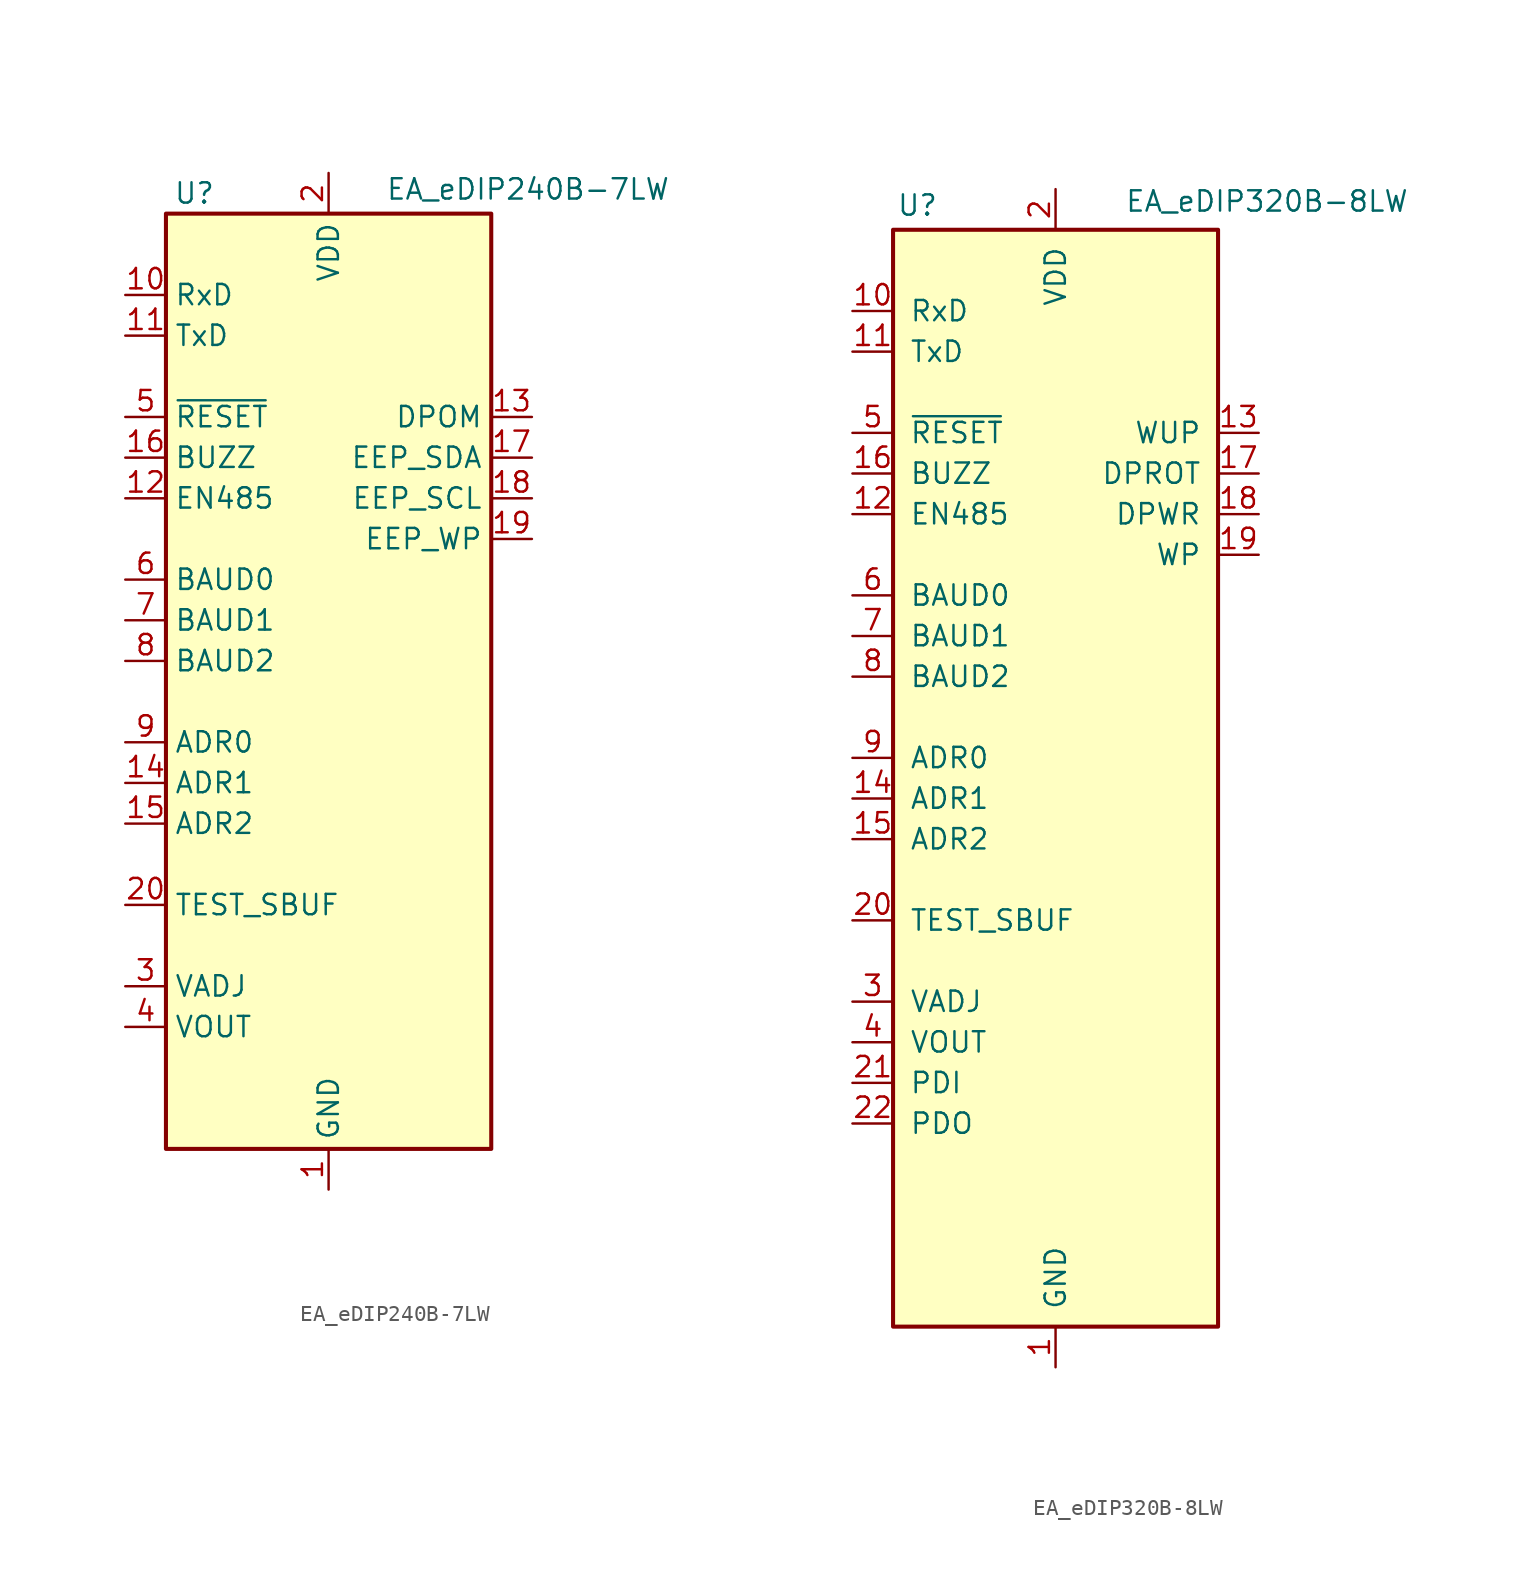
<source format=kicad_sym>
(kicad_symbol_lib
  (version 20200908)
  (generator kicad_symbol_editor)
  (symbol "Display_Graphic:EA_eDIP240B-7LW"
    (property "Reference" "U"
      (at -8.382 29.21 0)
      (effects (font (size 1.27 1.27))))
    (property "Value" "EA_eDIP240B-7LW"
      (at 3.556 29.464 0)
      (effects (font (size 1.27 1.27)) (justify left)))
    (symbol "EA_eDIP240B-7LW_0_1"
      (rectangle (start -10.16 27.94) (end 10.16 -30.48) (stroke (width 0.254)) (fill (type background))))
    (symbol "EA_eDIP240B-7LW_1_1"
      (pin power_in line (at 0 -33.02 90) (length 2.54) (name "GND" (effects (font (size 1.27 1.27)))) (number "1" (effects (font (size 1.27 1.27)))))
      (pin input line (at -12.7 22.86 0) (length 2.54) (name "RxD" (effects (font (size 1.27 1.27)))) (number "10" (effects (font (size 1.27 1.27)))))
      (pin output line (at -12.7 20.32 0) (length 2.54) (name "TxD" (effects (font (size 1.27 1.27)))) (number "11" (effects (font (size 1.27 1.27)))))
      (pin output line (at -12.7 10.16 0) (length 2.54) (name "EN485" (effects (font (size 1.27 1.27)))) (number "12" (effects (font (size 1.27 1.27)))))
      (pin input line (at 12.7 15.24 180) (length 2.54) (name "DPOM" (effects (font (size 1.27 1.27)))) (number "13" (effects (font (size 1.27 1.27)))))
      (pin input line (at -12.7 -7.62 0) (length 2.54) (name "ADR1" (effects (font (size 1.27 1.27)))) (number "14" (effects (font (size 1.27 1.27)))))
      (pin input line (at -12.7 -10.16 0) (length 2.54) (name "ADR2" (effects (font (size 1.27 1.27)))) (number "15" (effects (font (size 1.27 1.27)))))
      (pin output line (at -12.7 12.7 0) (length 2.54) (name "BUZZ" (effects (font (size 1.27 1.27)))) (number "16" (effects (font (size 1.27 1.27)))))
      (pin bidirectional line (at 12.7 12.7 180) (length 2.54) (name "EEP_SDA" (effects (font (size 1.27 1.27)))) (number "17" (effects (font (size 1.27 1.27)))))
      (pin output line (at 12.7 10.16 180) (length 2.54) (name "EEP_SCL" (effects (font (size 1.27 1.27)))) (number "18" (effects (font (size 1.27 1.27)))))
      (pin input line (at 12.7 7.62 180) (length 2.54) (name "EEP_WP" (effects (font (size 1.27 1.27)))) (number "19" (effects (font (size 1.27 1.27)))))
      (pin power_in line (at 0 30.48 270) (length 2.54) (name "VDD" (effects (font (size 1.27 1.27)))) (number "2" (effects (font (size 1.27 1.27)))))
      (pin open_collector line (at -12.7 -15.24 0) (length 2.54) (name "TEST_SBUF" (effects (font (size 1.27 1.27)))) (number "20" (effects (font (size 1.27 1.27)))))
      (pin unconnected line (at -10.16 -25.4 0) (length 2.54) hide (name "NC" (effects (font (size 1.27 1.27)))) (number "21" (effects (font (size 1.27 1.27)))))
      (pin unconnected line (at -10.16 -27.94 0) (length 2.54) hide (name "NC" (effects (font (size 1.27 1.27)))) (number "22" (effects (font (size 1.27 1.27)))))
      (pin unconnected line (at 10.16 25.4 180) (length 2.54) hide (name "NC" (effects (font (size 1.27 1.27)))) (number "23" (effects (font (size 1.27 1.27)))))
      (pin unconnected line (at 10.16 22.86 180) (length 2.54) hide (name "NC" (effects (font (size 1.27 1.27)))) (number "24" (effects (font (size 1.27 1.27)))))
      (pin unconnected line (at 10.16 20.32 180) (length 2.54) hide (name "NC" (effects (font (size 1.27 1.27)))) (number "25" (effects (font (size 1.27 1.27)))))
      (pin unconnected line (at 10.16 17.78 180) (length 2.54) hide (name "NC" (effects (font (size 1.27 1.27)))) (number "26" (effects (font (size 1.27 1.27)))))
      (pin unconnected line (at 10.16 5.08 180) (length 2.54) hide (name "NC" (effects (font (size 1.27 1.27)))) (number "27" (effects (font (size 1.27 1.27)))))
      (pin unconnected line (at 10.16 2.54 180) (length 2.54) hide (name "NC" (effects (font (size 1.27 1.27)))) (number "28" (effects (font (size 1.27 1.27)))))
      (pin unconnected line (at 10.16 0 180) (length 2.54) hide (name "NC" (effects (font (size 1.27 1.27)))) (number "29" (effects (font (size 1.27 1.27)))))
      (pin input line (at -12.7 -20.32 0) (length 2.54) (name "VADJ" (effects (font (size 1.27 1.27)))) (number "3" (effects (font (size 1.27 1.27)))))
      (pin unconnected line (at 10.16 -2.54 180) (length 2.54) hide (name "NC" (effects (font (size 1.27 1.27)))) (number "30" (effects (font (size 1.27 1.27)))))
      (pin unconnected line (at 10.16 -5.08 180) (length 2.54) hide (name "NC" (effects (font (size 1.27 1.27)))) (number "31" (effects (font (size 1.27 1.27)))))
      (pin unconnected line (at 10.16 -7.62 180) (length 2.54) hide (name "NC" (effects (font (size 1.27 1.27)))) (number "32" (effects (font (size 1.27 1.27)))))
      (pin unconnected line (at 10.16 -10.16 180) (length 2.54) hide (name "NC" (effects (font (size 1.27 1.27)))) (number "33" (effects (font (size 1.27 1.27)))))
      (pin unconnected line (at 10.16 -12.7 180) (length 2.54) hide (name "NC" (effects (font (size 1.27 1.27)))) (number "34" (effects (font (size 1.27 1.27)))))
      (pin unconnected line (at 10.16 -15.24 180) (length 2.54) hide (name "NC" (effects (font (size 1.27 1.27)))) (number "35" (effects (font (size 1.27 1.27)))))
      (pin unconnected line (at 10.16 -17.78 180) (length 2.54) hide (name "NC" (effects (font (size 1.27 1.27)))) (number "36" (effects (font (size 1.27 1.27)))))
      (pin unconnected line (at 10.16 -20.32 180) (length 2.54) hide (name "NC" (effects (font (size 1.27 1.27)))) (number "37" (effects (font (size 1.27 1.27)))))
      (pin unconnected line (at 10.16 -22.86 180) (length 2.54) hide (name "NC" (effects (font (size 1.27 1.27)))) (number "38" (effects (font (size 1.27 1.27)))))
      (pin unconnected line (at 10.16 -25.4 180) (length 2.54) hide (name "NC" (effects (font (size 1.27 1.27)))) (number "39" (effects (font (size 1.27 1.27)))))
      (pin output line (at -12.7 -22.86 0) (length 2.54) (name "VOUT" (effects (font (size 1.27 1.27)))) (number "4" (effects (font (size 1.27 1.27)))))
      (pin unconnected line (at 10.16 -27.94 180) (length 2.54) hide (name "NC" (effects (font (size 1.27 1.27)))) (number "40" (effects (font (size 1.27 1.27)))))
      (pin input line (at -12.7 15.24 0) (length 2.54) (name "~RESET" (effects (font (size 1.27 1.27)))) (number "5" (effects (font (size 1.27 1.27)))))
      (pin input line (at -12.7 5.08 0) (length 2.54) (name "BAUD0" (effects (font (size 1.27 1.27)))) (number "6" (effects (font (size 1.27 1.27)))))
      (pin input line (at -12.7 2.54 0) (length 2.54) (name "BAUD1" (effects (font (size 1.27 1.27)))) (number "7" (effects (font (size 1.27 1.27)))))
      (pin input line (at -12.7 0 0) (length 2.54) (name "BAUD2" (effects (font (size 1.27 1.27)))) (number "8" (effects (font (size 1.27 1.27)))))
      (pin input line (at -12.7 -5.08 0) (length 2.54) (name "ADR0" (effects (font (size 1.27 1.27)))) (number "9" (effects (font (size 1.27 1.27)))))))
  (symbol "Display_Graphic:EA_eDIP320B-8LW"
    (pin_names
      (offset 1.016))
    (property "Reference" "U"
      (at -8.636 29.464 0)
      (effects (font (size 1.27 1.27))))
    (property "Value" "EA_eDIP320B-8LW"
      (at 4.318 29.718 0)
      (effects (font (size 1.27 1.27)) (justify left)))
    (symbol "EA_eDIP320B-8LW_0_1"
      (rectangle (start -10.16 27.94) (end 10.16 -40.64) (stroke (width 0.254)) (fill (type background))))
    (symbol "EA_eDIP320B-8LW_1_1"
      (pin power_in line (at 0 -43.18 90) (length 2.54) (name "GND" (effects (font (size 1.27 1.27)))) (number "1" (effects (font (size 1.27 1.27)))))
      (pin input line (at -12.7 22.86 0) (length 2.54) (name "RxD" (effects (font (size 1.27 1.27)))) (number "10" (effects (font (size 1.27 1.27)))))
      (pin output line (at -12.7 20.32 0) (length 2.54) (name "TxD" (effects (font (size 1.27 1.27)))) (number "11" (effects (font (size 1.27 1.27)))))
      (pin output line (at -12.7 10.16 0) (length 2.54) (name "EN485" (effects (font (size 1.27 1.27)))) (number "12" (effects (font (size 1.27 1.27)))))
      (pin input line (at 12.7 15.24 180) (length 2.54) (name "WUP" (effects (font (size 1.27 1.27)))) (number "13" (effects (font (size 1.27 1.27)))))
      (pin input line (at -12.7 -7.62 0) (length 2.54) (name "ADR1" (effects (font (size 1.27 1.27)))) (number "14" (effects (font (size 1.27 1.27)))))
      (pin input line (at -12.7 -10.16 0) (length 2.54) (name "ADR2" (effects (font (size 1.27 1.27)))) (number "15" (effects (font (size 1.27 1.27)))))
      (pin output line (at -12.7 12.7 0) (length 2.54) (name "BUZZ" (effects (font (size 1.27 1.27)))) (number "16" (effects (font (size 1.27 1.27)))))
      (pin input line (at 12.7 12.7 180) (length 2.54) (name "DPROT" (effects (font (size 1.27 1.27)))) (number "17" (effects (font (size 1.27 1.27)))))
      (pin output line (at 12.7 10.16 180) (length 2.54) (name "DPWR" (effects (font (size 1.27 1.27)))) (number "18" (effects (font (size 1.27 1.27)))))
      (pin input line (at 12.7 7.62 180) (length 2.54) (name "WP" (effects (font (size 1.27 1.27)))) (number "19" (effects (font (size 1.27 1.27)))))
      (pin power_in line (at 0 30.48 270) (length 2.54) (name "VDD" (effects (font (size 1.27 1.27)))) (number "2" (effects (font (size 1.27 1.27)))))
      (pin open_collector line (at -12.7 -15.24 0) (length 2.54) (name "TEST_SBUF" (effects (font (size 1.27 1.27)))) (number "20" (effects (font (size 1.27 1.27)))))
      (pin input line (at -12.7 -25.4 0) (length 2.54) (name "PDI" (effects (font (size 1.27 1.27)))) (number "21" (effects (font (size 1.27 1.27)))))
      (pin output line (at -12.7 -27.94 0) (length 2.54) (name "PDO" (effects (font (size 1.27 1.27)))) (number "22" (effects (font (size 1.27 1.27)))))
      (pin unconnected line (at -10.16 -30.48 0) (length 2.54) hide (name "NC" (effects (font (size 1.27 1.27)))) (number "23" (effects (font (size 1.27 1.27)))))
      (pin unconnected line (at -10.16 -33.02 0) (length 2.54) hide (name "NC" (effects (font (size 1.27 1.27)))) (number "24" (effects (font (size 1.27 1.27)))))
      (pin unconnected line (at -10.16 -35.56 0) (length 2.54) hide (name "NC" (effects (font (size 1.27 1.27)))) (number "25" (effects (font (size 1.27 1.27)))))
      (pin unconnected line (at -10.16 -38.1 0) (length 2.54) hide (name "NC" (effects (font (size 1.27 1.27)))) (number "26" (effects (font (size 1.27 1.27)))))
      (pin unconnected line (at 10.16 25.4 180) (length 2.54) hide (name "NC" (effects (font (size 1.27 1.27)))) (number "27" (effects (font (size 1.27 1.27)))))
      (pin unconnected line (at 10.16 22.86 180) (length 2.54) hide (name "NC" (effects (font (size 1.27 1.27)))) (number "28" (effects (font (size 1.27 1.27)))))
      (pin unconnected line (at 10.16 20.32 180) (length 2.54) hide (name "NC" (effects (font (size 1.27 1.27)))) (number "29" (effects (font (size 1.27 1.27)))))
      (pin input line (at -12.7 -20.32 0) (length 2.54) (name "VADJ" (effects (font (size 1.27 1.27)))) (number "3" (effects (font (size 1.27 1.27)))))
      (pin unconnected line (at 10.16 17.78 180) (length 2.54) hide (name "NC" (effects (font (size 1.27 1.27)))) (number "30" (effects (font (size 1.27 1.27)))))
      (pin unconnected line (at 10.16 5.08 180) (length 2.54) hide (name "NC" (effects (font (size 1.27 1.27)))) (number "31" (effects (font (size 1.27 1.27)))))
      (pin unconnected line (at 10.16 2.54 180) (length 2.54) hide (name "NC" (effects (font (size 1.27 1.27)))) (number "32" (effects (font (size 1.27 1.27)))))
      (pin unconnected line (at 10.16 0 180) (length 2.54) hide (name "NC" (effects (font (size 1.27 1.27)))) (number "33" (effects (font (size 1.27 1.27)))))
      (pin unconnected line (at 10.16 -2.54 180) (length 2.54) hide (name "NC" (effects (font (size 1.27 1.27)))) (number "34" (effects (font (size 1.27 1.27)))))
      (pin unconnected line (at 10.16 -5.08 180) (length 2.54) hide (name "NC" (effects (font (size 1.27 1.27)))) (number "35" (effects (font (size 1.27 1.27)))))
      (pin unconnected line (at 10.16 -7.62 180) (length 2.54) hide (name "NC" (effects (font (size 1.27 1.27)))) (number "36" (effects (font (size 1.27 1.27)))))
      (pin unconnected line (at 10.16 -10.16 180) (length 2.54) hide (name "NC" (effects (font (size 1.27 1.27)))) (number "37" (effects (font (size 1.27 1.27)))))
      (pin unconnected line (at 10.16 -12.7 180) (length 2.54) hide (name "NC" (effects (font (size 1.27 1.27)))) (number "38" (effects (font (size 1.27 1.27)))))
      (pin unconnected line (at 10.16 -15.24 180) (length 2.54) hide (name "NC" (effects (font (size 1.27 1.27)))) (number "39" (effects (font (size 1.27 1.27)))))
      (pin output line (at -12.7 -22.86 0) (length 2.54) (name "VOUT" (effects (font (size 1.27 1.27)))) (number "4" (effects (font (size 1.27 1.27)))))
      (pin unconnected line (at 10.16 -17.78 180) (length 2.54) hide (name "NC" (effects (font (size 1.27 1.27)))) (number "40" (effects (font (size 1.27 1.27)))))
      (pin unconnected line (at 10.16 -20.32 180) (length 2.54) hide (name "NC" (effects (font (size 1.27 1.27)))) (number "41" (effects (font (size 1.27 1.27)))))
      (pin unconnected line (at 10.16 -22.86 180) (length 2.54) hide (name "NC" (effects (font (size 1.27 1.27)))) (number "42" (effects (font (size 1.27 1.27)))))
      (pin unconnected line (at 10.16 -25.4 180) (length 2.54) hide (name "NC" (effects (font (size 1.27 1.27)))) (number "43" (effects (font (size 1.27 1.27)))))
      (pin unconnected line (at 10.16 -27.94 180) (length 2.54) hide (name "NC" (effects (font (size 1.27 1.27)))) (number "44" (effects (font (size 1.27 1.27)))))
      (pin unconnected line (at 10.16 -30.48 180) (length 2.54) hide (name "NC" (effects (font (size 1.27 1.27)))) (number "45" (effects (font (size 1.27 1.27)))))
      (pin unconnected line (at 10.16 -33.02 180) (length 2.54) hide (name "NC" (effects (font (size 1.27 1.27)))) (number "46" (effects (font (size 1.27 1.27)))))
      (pin unconnected line (at 10.16 -35.56 180) (length 2.54) hide (name "NC" (effects (font (size 1.27 1.27)))) (number "47" (effects (font (size 1.27 1.27)))))
      (pin input line (at -12.7 15.24 0) (length 2.54) (name "~RESET" (effects (font (size 1.27 1.27)))) (number "5" (effects (font (size 1.27 1.27)))))
      (pin input line (at -12.7 5.08 0) (length 2.54) (name "BAUD0" (effects (font (size 1.27 1.27)))) (number "6" (effects (font (size 1.27 1.27)))))
      (pin input line (at -12.7 2.54 0) (length 2.54) (name "BAUD1" (effects (font (size 1.27 1.27)))) (number "7" (effects (font (size 1.27 1.27)))))
      (pin unconnected line (at 10.16 -38.1 180) (length 2.54) hide (name "NC" (effects (font (size 1.27 1.27)))) (number "78" (effects (font (size 1.27 1.27)))))
      (pin input line (at -12.7 0 0) (length 2.54) (name "BAUD2" (effects (font (size 1.27 1.27)))) (number "8" (effects (font (size 1.27 1.27)))))
      (pin input line (at -12.7 -5.08 0) (length 2.54) (name "ADR0" (effects (font (size 1.27 1.27)))) (number "9" (effects (font (size 1.27 1.27))))))))
</source>
